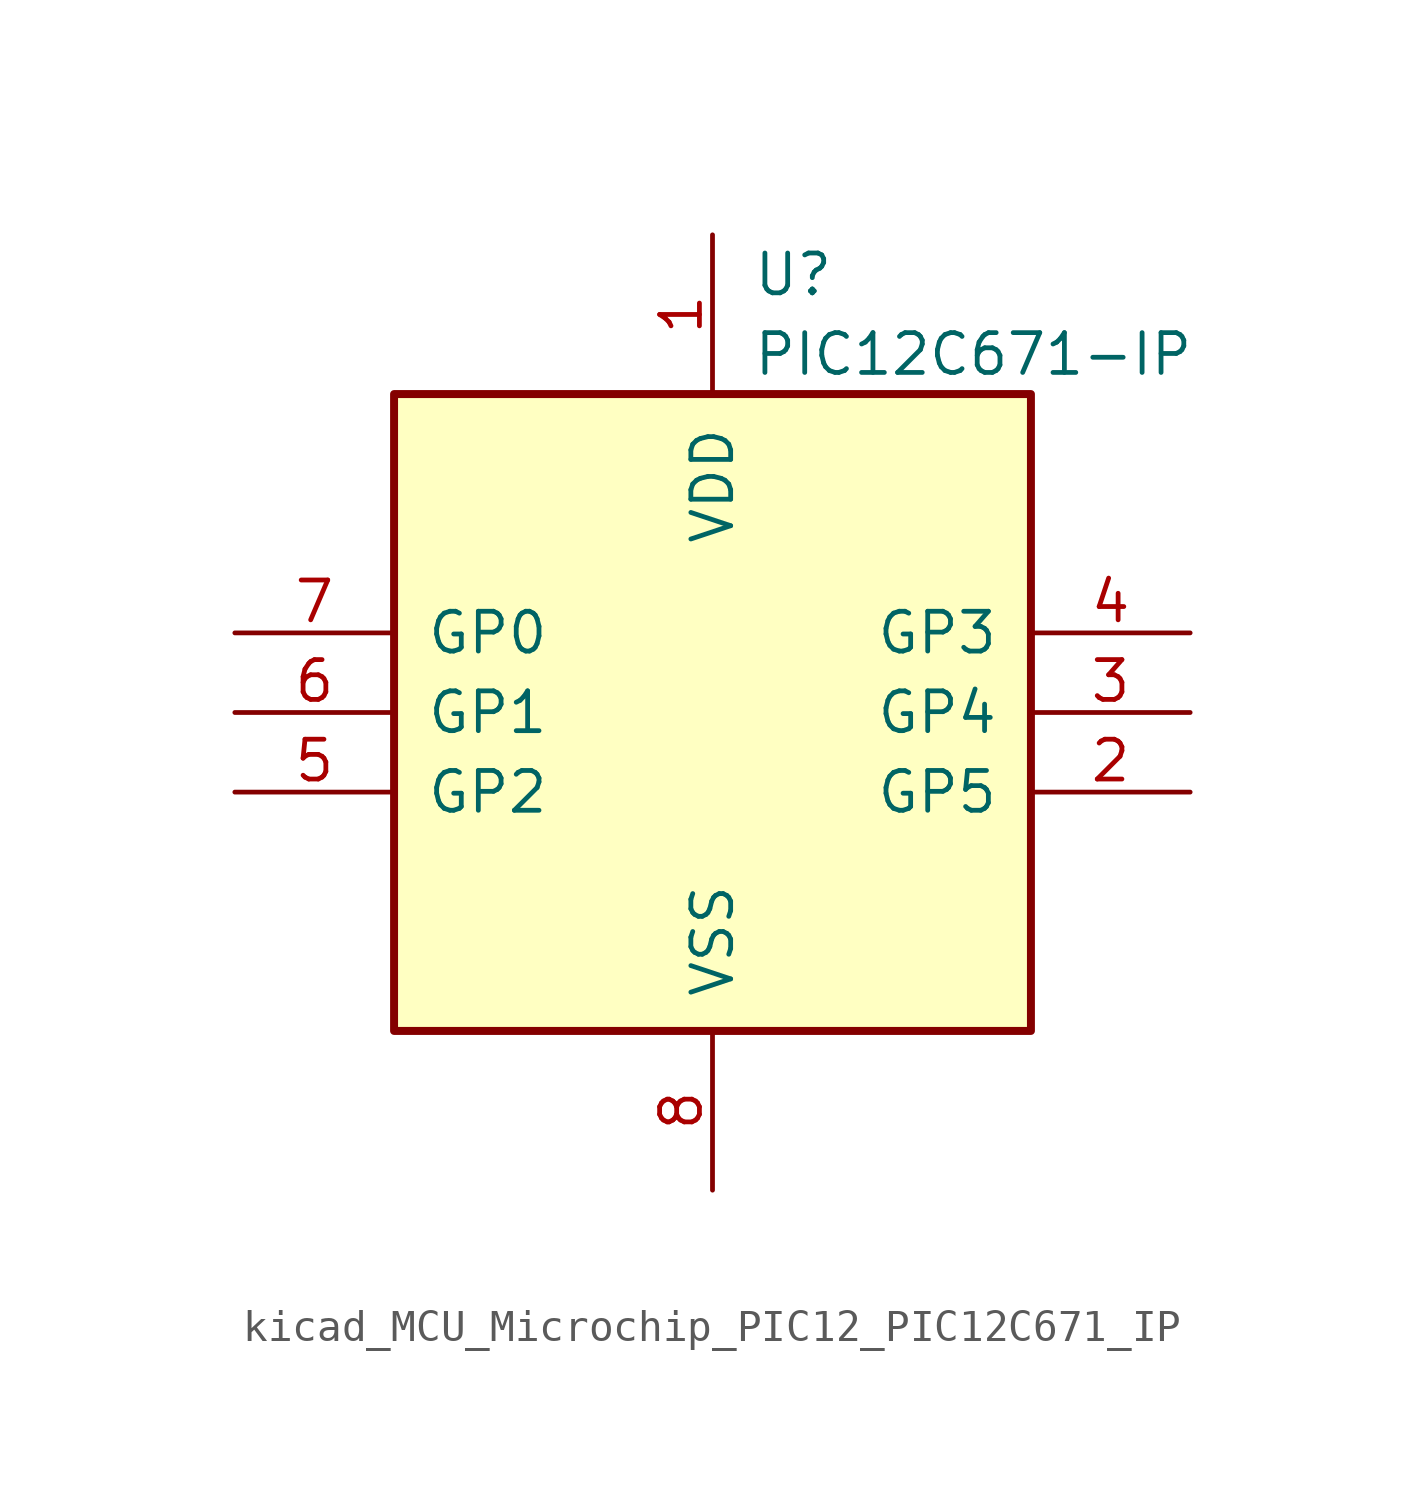
<source format=kicad_sym>
(kicad_symbol_lib
  (version 20220914)
  (generator kicad_symbol_editor)
  (symbol "kicad_MCU_Microchip_PIC12_PIC12C671_IP"
    (pin_names
      (offset 1.016))
    (property "Reference" "U"
      (at 1.27 13.97 0)
      (effects (font (size 1.27 1.27)) (justify left)))
    (property "Value" "PIC12C671-IP"
      (at 1.27 11.43 0)
      (effects (font (size 1.27 1.27)) (justify left)))
    (symbol "kicad_MCU_Microchip_PIC12_PIC12C671_IP_0_1"
      (rectangle (start 10.16 -10.16) (end -10.16 10.16) (stroke (width 0.254) (type default)) (fill (type background))))
    (symbol "kicad_MCU_Microchip_PIC12_PIC12C671_IP_1_1"
      (pin power_in line (at 0 15.24 270) (length 5.08) (name "VDD" (effects (font (size 1.27 1.27)))) (number "1" (effects (font (size 1.27 1.27)))))
      (pin bidirectional line (at 15.24 -2.54 180) (length 5.08) (name "GP5" (effects (font (size 1.27 1.27)))) (number "2" (effects (font (size 1.27 1.27)))))
      (pin bidirectional line (at 15.24 0 180) (length 5.08) (name "GP4" (effects (font (size 1.27 1.27)))) (number "3" (effects (font (size 1.27 1.27)))))
      (pin input line (at 15.24 2.54 180) (length 5.08) (name "GP3" (effects (font (size 1.27 1.27)))) (number "4" (effects (font (size 1.27 1.27)))))
      (pin bidirectional line (at -15.24 -2.54 0) (length 5.08) (name "GP2" (effects (font (size 1.27 1.27)))) (number "5" (effects (font (size 1.27 1.27)))))
      (pin bidirectional line (at -15.24 0 0) (length 5.08) (name "GP1" (effects (font (size 1.27 1.27)))) (number "6" (effects (font (size 1.27 1.27)))))
      (pin bidirectional line (at -15.24 2.54 0) (length 5.08) (name "GP0" (effects (font (size 1.27 1.27)))) (number "7" (effects (font (size 1.27 1.27)))))
      (pin power_in line (at 0 -15.24 90) (length 5.08) (name "VSS" (effects (font (size 1.27 1.27)))) (number "8" (effects (font (size 1.27 1.27))))))))
</source>
